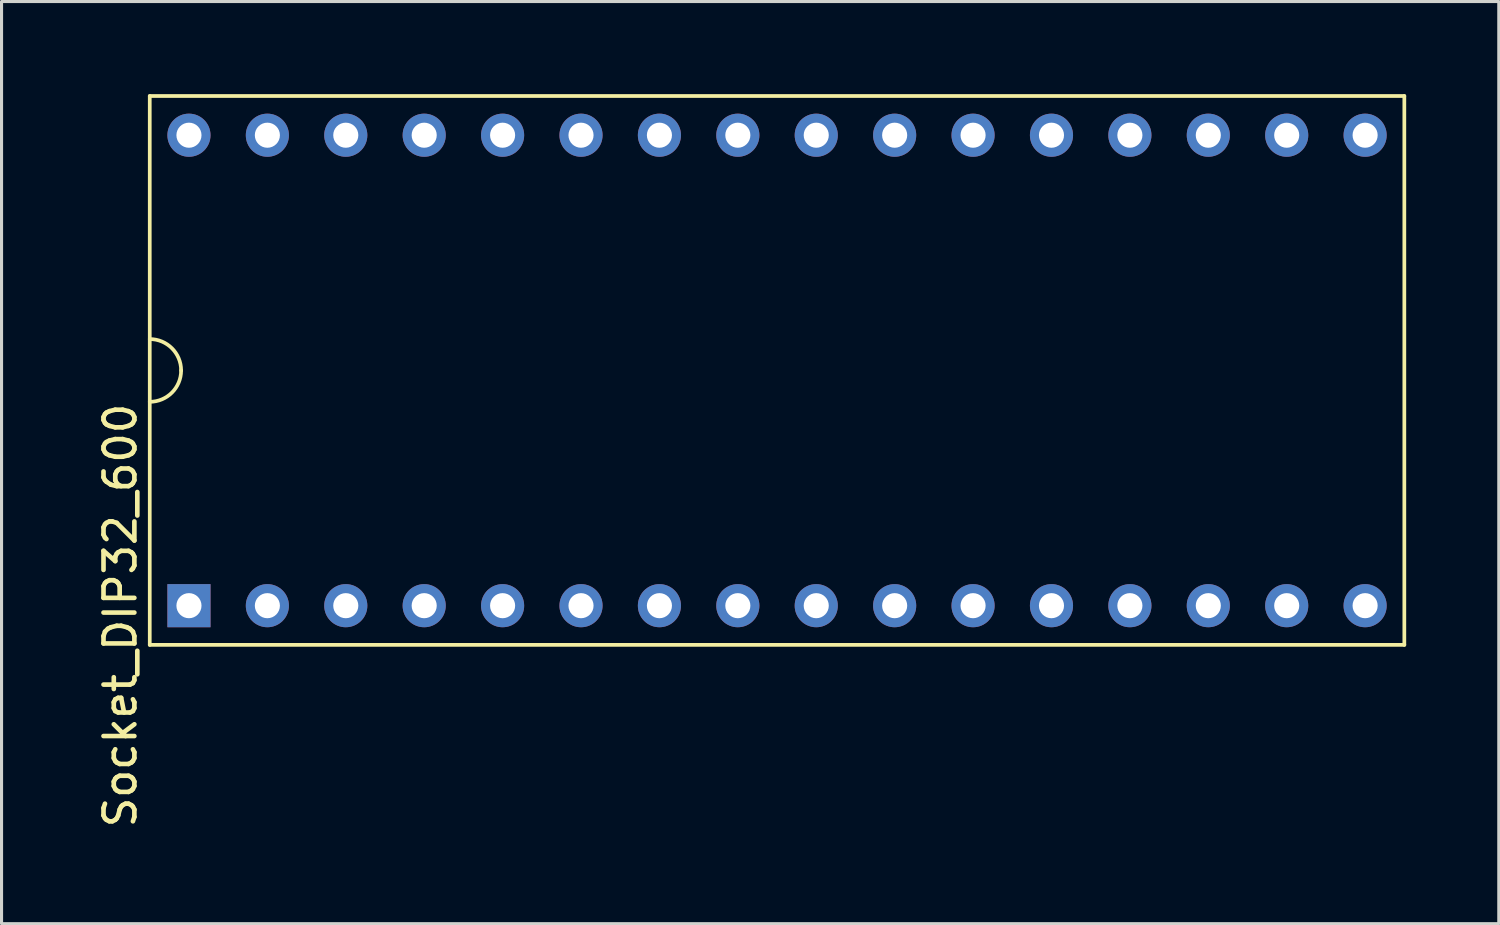
<source format=kicad_pcb>
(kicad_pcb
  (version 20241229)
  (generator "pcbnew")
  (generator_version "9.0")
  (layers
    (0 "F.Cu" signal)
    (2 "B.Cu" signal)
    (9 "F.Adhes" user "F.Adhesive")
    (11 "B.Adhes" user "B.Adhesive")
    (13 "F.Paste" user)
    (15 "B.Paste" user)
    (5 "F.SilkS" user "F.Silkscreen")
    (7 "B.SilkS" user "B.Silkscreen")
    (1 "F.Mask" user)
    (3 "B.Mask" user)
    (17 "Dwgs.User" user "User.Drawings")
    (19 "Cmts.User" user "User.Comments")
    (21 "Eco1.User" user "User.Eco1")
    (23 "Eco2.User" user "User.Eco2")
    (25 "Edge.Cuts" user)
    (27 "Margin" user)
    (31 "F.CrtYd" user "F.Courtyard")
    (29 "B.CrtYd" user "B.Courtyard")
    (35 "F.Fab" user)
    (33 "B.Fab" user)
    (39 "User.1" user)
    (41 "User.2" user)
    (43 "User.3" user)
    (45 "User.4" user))
  (footprint "Socket_DIP32_600"
    (layer "F.Cu")
    (at 22.121 8.95)
    (property "Reference" "Socket_DIP32_600" (at -21.273 7.938 270) (layer "F.SilkS") (effects (font (size 1 1) (thickness 0.15))))
    (attr through_hole)
    (fp_line (start -20.32 -8.89) (end 20.32 -8.89) (stroke (width 0.12) (type solid)) (layer "F.SilkS"))
    (fp_line (start -20.32 8.89) (end -20.32 -8.89) (stroke (width 0.12) (type solid)) (layer "F.SilkS"))
    (fp_line (start 20.32 -8.89) (end 20.32 8.89) (stroke (width 0.12) (type solid)) (layer "F.SilkS"))
    (fp_line (start 20.32 8.89) (end -20.32 8.89) (stroke (width 0.12) (type solid)) (layer "F.SilkS"))
    (fp_arc (start -20.32 -1.016) (mid -19.60158 -0.71842) (end -19.304 0) (stroke (width 0.12) (type solid)) (layer "F.SilkS"))
    (fp_arc (start -19.304 0) (mid -19.60158 0.71842) (end -20.32 1.016) (stroke (width 0.12) (type solid)) (layer "F.SilkS"))
    (pad "1" thru_hole rect (at -19.05 7.62) (size 1.397 1.397) (drill 0.813) (layers "*.Cu" "*.Mask"))
    (pad "2" thru_hole circle (at -16.51 7.62) (size 1.397 1.397) (drill 0.813) (layers "*.Cu" "*.Mask"))
    (pad "3" thru_hole circle (at -13.97 7.62) (size 1.397 1.397) (drill 0.813) (layers "*.Cu" "*.Mask"))
    (pad "4" thru_hole circle (at -11.43 7.62) (size 1.397 1.397) (drill 0.813) (layers "*.Cu" "*.Mask"))
    (pad "5" thru_hole circle (at -8.89 7.62) (size 1.397 1.397) (drill 0.813) (layers "*.Cu" "*.Mask"))
    (pad "6" thru_hole circle (at -6.35 7.62) (size 1.397 1.397) (drill 0.813) (layers "*.Cu" "*.Mask"))
    (pad "7" thru_hole circle (at -3.81 7.62) (size 1.397 1.397) (drill 0.813) (layers "*.Cu" "*.Mask"))
    (pad "8" thru_hole circle (at -1.27 7.62) (size 1.397 1.397) (drill 0.813) (layers "*.Cu" "*.Mask"))
    (pad "9" thru_hole circle (at 1.27 7.62) (size 1.397 1.397) (drill 0.813) (layers "*.Cu" "*.Mask"))
    (pad "10" thru_hole circle (at 3.81 7.62) (size 1.397 1.397) (drill 0.813) (layers "*.Cu" "*.Mask"))
    (pad "11" thru_hole circle (at 6.35 7.62) (size 1.397 1.397) (drill 0.813) (layers "*.Cu" "*.Mask"))
    (pad "12" thru_hole circle (at 8.89 7.62) (size 1.397 1.397) (drill 0.813) (layers "*.Cu" "*.Mask"))
    (pad "13" thru_hole circle (at 11.43 7.62) (size 1.397 1.397) (drill 0.813) (layers "*.Cu" "*.Mask"))
    (pad "14" thru_hole circle (at 13.97 7.62) (size 1.397 1.397) (drill 0.813) (layers "*.Cu" "*.Mask"))
    (pad "15" thru_hole circle (at 16.51 7.62) (size 1.397 1.397) (drill 0.813) (layers "*.Cu" "*.Mask"))
    (pad "16" thru_hole circle (at 19.05 7.62) (size 1.397 1.397) (drill 0.813) (layers "*.Cu" "*.Mask"))
    (pad "17" thru_hole circle (at 19.05 -7.62) (size 1.397 1.397) (drill 0.813) (layers "*.Cu" "*.Mask"))
    (pad "18" thru_hole circle (at 16.51 -7.62) (size 1.397 1.397) (drill 0.813) (layers "*.Cu" "*.Mask"))
    (pad "19" thru_hole circle (at 13.97 -7.62) (size 1.397 1.397) (drill 0.813) (layers "*.Cu" "*.Mask"))
    (pad "20" thru_hole circle (at 11.43 -7.62) (size 1.397 1.397) (drill 0.813) (layers "*.Cu" "*.Mask"))
    (pad "21" thru_hole circle (at 8.89 -7.62) (size 1.397 1.397) (drill 0.813) (layers "*.Cu" "*.Mask"))
    (pad "22" thru_hole circle (at 6.35 -7.62) (size 1.397 1.397) (drill 0.813) (layers "*.Cu" "*.Mask"))
    (pad "23" thru_hole circle (at 3.81 -7.62) (size 1.397 1.397) (drill 0.813) (layers "*.Cu" "*.Mask"))
    (pad "24" thru_hole circle (at 1.27 -7.62) (size 1.397 1.397) (drill 0.813) (layers "*.Cu" "*.Mask"))
    (pad "25" thru_hole circle (at -1.27 -7.62) (size 1.397 1.397) (drill 0.813) (layers "*.Cu" "*.Mask"))
    (pad "26" thru_hole circle (at -3.81 -7.62) (size 1.397 1.397) (drill 0.813) (layers "*.Cu" "*.Mask"))
    (pad "27" thru_hole circle (at -6.35 -7.62) (size 1.397 1.397) (drill 0.813) (layers "*.Cu" "*.Mask"))
    (pad "28" thru_hole circle (at -8.89 -7.62) (size 1.397 1.397) (drill 0.813) (layers "*.Cu" "*.Mask"))
    (pad "29" thru_hole circle (at -11.43 -7.62) (size 1.397 1.397) (drill 0.813) (layers "*.Cu" "*.Mask"))
    (pad "30" thru_hole circle (at -13.97 -7.62) (size 1.397 1.397) (drill 0.813) (layers "*.Cu" "*.Mask"))
    (pad "31" thru_hole circle (at -16.51 -7.62) (size 1.397 1.397) (drill 0.813) (layers "*.Cu" "*.Mask"))
    (pad "32" thru_hole circle (at -19.05 -7.62) (size 1.397 1.397) (drill 0.813) (layers "*.Cu" "*.Mask")))
  (gr_rect
    (start -3 -3)
    (end 45.501 26.87)
    (stroke (width 0.1) (type default))
    (fill no)
    (layer "Edge.Cuts")))
</source>
